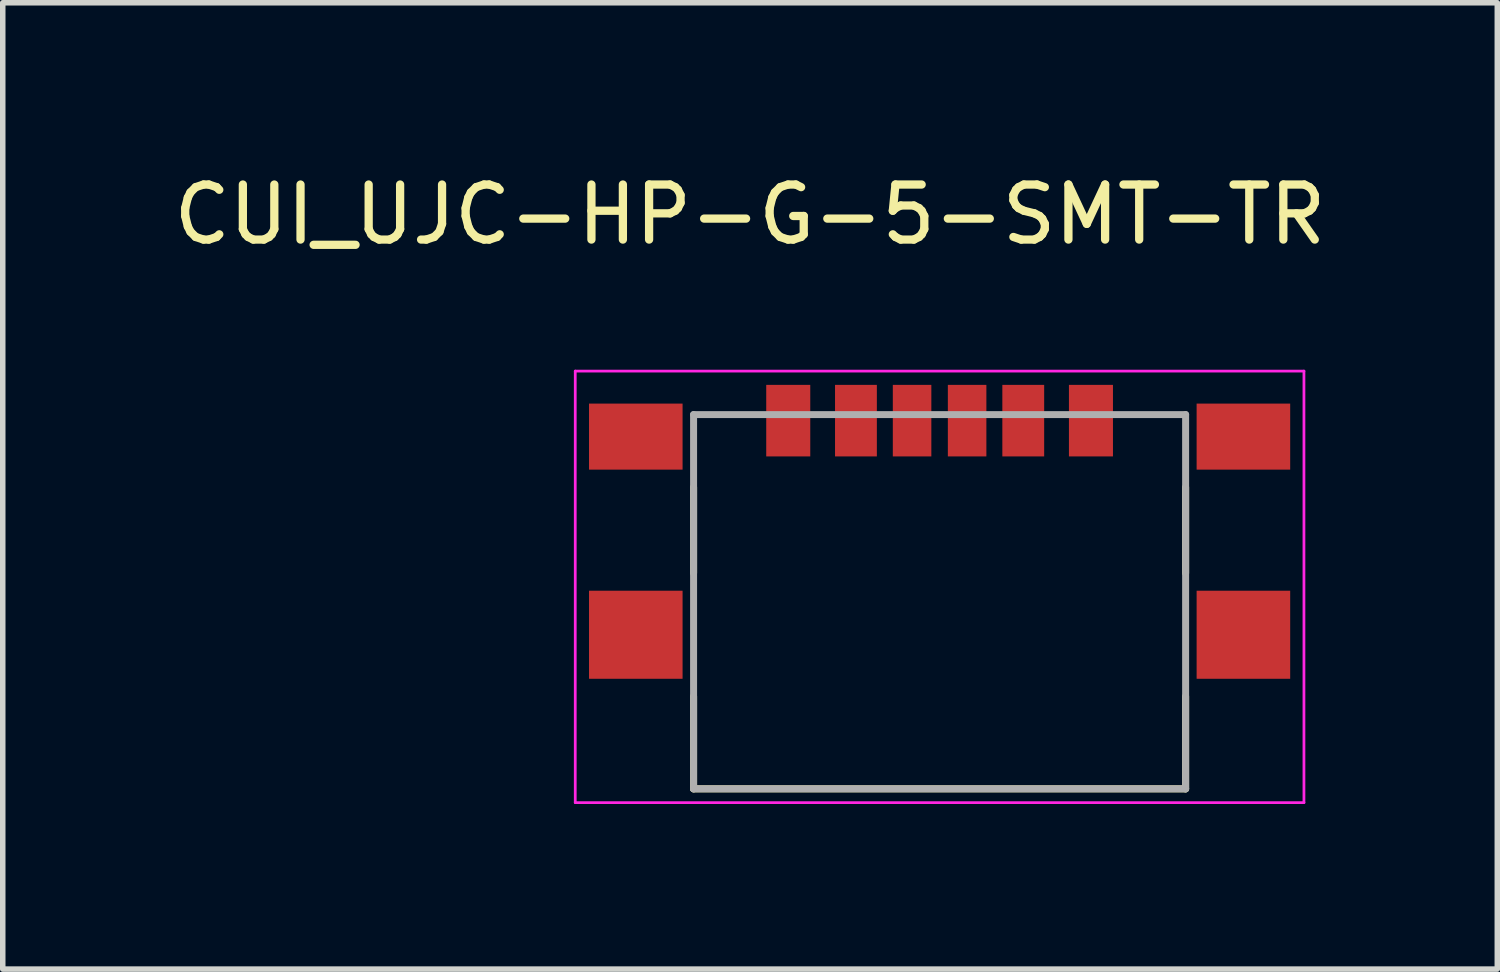
<source format=kicad_pcb>
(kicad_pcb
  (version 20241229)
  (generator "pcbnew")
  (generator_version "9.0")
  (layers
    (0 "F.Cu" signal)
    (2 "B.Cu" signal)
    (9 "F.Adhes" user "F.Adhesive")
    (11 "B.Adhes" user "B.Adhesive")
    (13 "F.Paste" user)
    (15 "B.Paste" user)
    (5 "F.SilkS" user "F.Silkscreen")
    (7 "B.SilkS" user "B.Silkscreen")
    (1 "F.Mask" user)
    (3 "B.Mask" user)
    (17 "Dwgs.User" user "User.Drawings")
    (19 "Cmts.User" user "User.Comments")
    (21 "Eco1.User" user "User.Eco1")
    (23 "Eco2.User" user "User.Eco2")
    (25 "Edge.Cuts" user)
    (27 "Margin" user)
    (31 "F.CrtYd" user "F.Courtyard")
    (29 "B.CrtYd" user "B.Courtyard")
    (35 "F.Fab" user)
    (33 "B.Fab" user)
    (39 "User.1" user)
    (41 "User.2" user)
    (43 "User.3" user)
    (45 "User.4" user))
  (footprint "CUI_UJC-HP-G-5-SMT-TR"
    (layer "F.Cu")
    (at 14.022 8.483)
    (property "Reference" "CUI_UJC-HP-G-5-SMT-TR" (at -3.445 -7.635 0) (layer "F.SilkS") (effects (font (size 1 1) (thickness 0.15))))
    (attr smd)
    (fp_line (start -4.47 -2.68) (end -4.47 -1.12) (stroke (width 0.127) (type solid)) (layer "F.SilkS"))
    (fp_line (start -4.47 2.8) (end -4.47 1.12) (stroke (width 0.127) (type solid)) (layer "F.SilkS"))
    (fp_line (start 4.47 -2.68) (end 4.47 -1.12) (stroke (width 0.127) (type solid)) (layer "F.SilkS"))
    (fp_line (start 4.47 2.8) (end -4.47 2.8) (stroke (width 0.127) (type solid)) (layer "F.SilkS"))
    (fp_line (start 4.47 2.8) (end 4.47 1.12) (stroke (width 0.127) (type solid)) (layer "F.SilkS"))
    (fp_line (start -6.62 -4.79) (end -6.62 3.05) (stroke (width 0.05) (type solid)) (layer "F.CrtYd"))
    (fp_line (start -6.62 3.05) (end 6.62 3.05) (stroke (width 0.05) (type solid)) (layer "F.CrtYd"))
    (fp_line (start 6.62 -4.79) (end -6.62 -4.79) (stroke (width 0.05) (type solid)) (layer "F.CrtYd"))
    (fp_line (start 6.62 3.05) (end 6.62 -4.79) (stroke (width 0.05) (type solid)) (layer "F.CrtYd"))
    (fp_line (start -4.47 -4) (end 4.47 -4) (stroke (width 0.127) (type solid)) (layer "F.Fab"))
    (fp_line (start -4.47 2.8) (end -4.47 -4) (stroke (width 0.127) (type solid)) (layer "F.Fab"))
    (fp_line (start 4.47 -4) (end 4.47 2.8) (stroke (width 0.127) (type solid)) (layer "F.Fab"))
    (fp_line (start 4.47 2.8) (end -4.47 2.8) (stroke (width 0.127) (type solid)) (layer "F.Fab"))
    (pad "A5" smd rect (at -0.5 -3.89) (size 0.7 1.3) (layers "F.Cu" "F.Mask" "F.Paste"))
    (pad "A9" smd rect (at 1.52 -3.89) (size 0.76 1.3) (layers "F.Cu" "F.Mask" "F.Paste"))
    (pad "A12" smd rect (at 2.75 -3.89) (size 0.8 1.3) (layers "F.Cu" "F.Mask" "F.Paste"))
    (pad "B5" smd rect (at 0.5 -3.89) (size 0.7 1.3) (layers "F.Cu" "F.Mask" "F.Paste"))
    (pad "B9" smd rect (at -1.52 -3.89) (size 0.76 1.3) (layers "F.Cu" "F.Mask" "F.Paste"))
    (pad "B12" smd rect (at -2.75 -3.89) (size 0.8 1.3) (layers "F.Cu" "F.Mask" "F.Paste"))
    (pad "SH1" smd rect (at -5.52 0) (size 1.7 1.6) (layers "F.Cu" "F.Mask" "F.Paste"))
    (pad "SH2" smd rect (at 5.52 0) (size 1.7 1.6) (layers "F.Cu" "F.Mask" "F.Paste"))
    (pad "SH3" smd rect (at -5.52 -3.6) (size 1.7 1.2) (layers "F.Cu" "F.Mask" "F.Paste"))
    (pad "SH4" smd rect (at 5.52 -3.6) (size 1.7 1.2) (layers "F.Cu" "F.Mask" "F.Paste")))
  (gr_rect
    (start -3 -3)
    (end 24.155 14.558)
    (stroke (width 0.1) (type default))
    (fill no)
    (layer "Edge.Cuts")))
</source>
